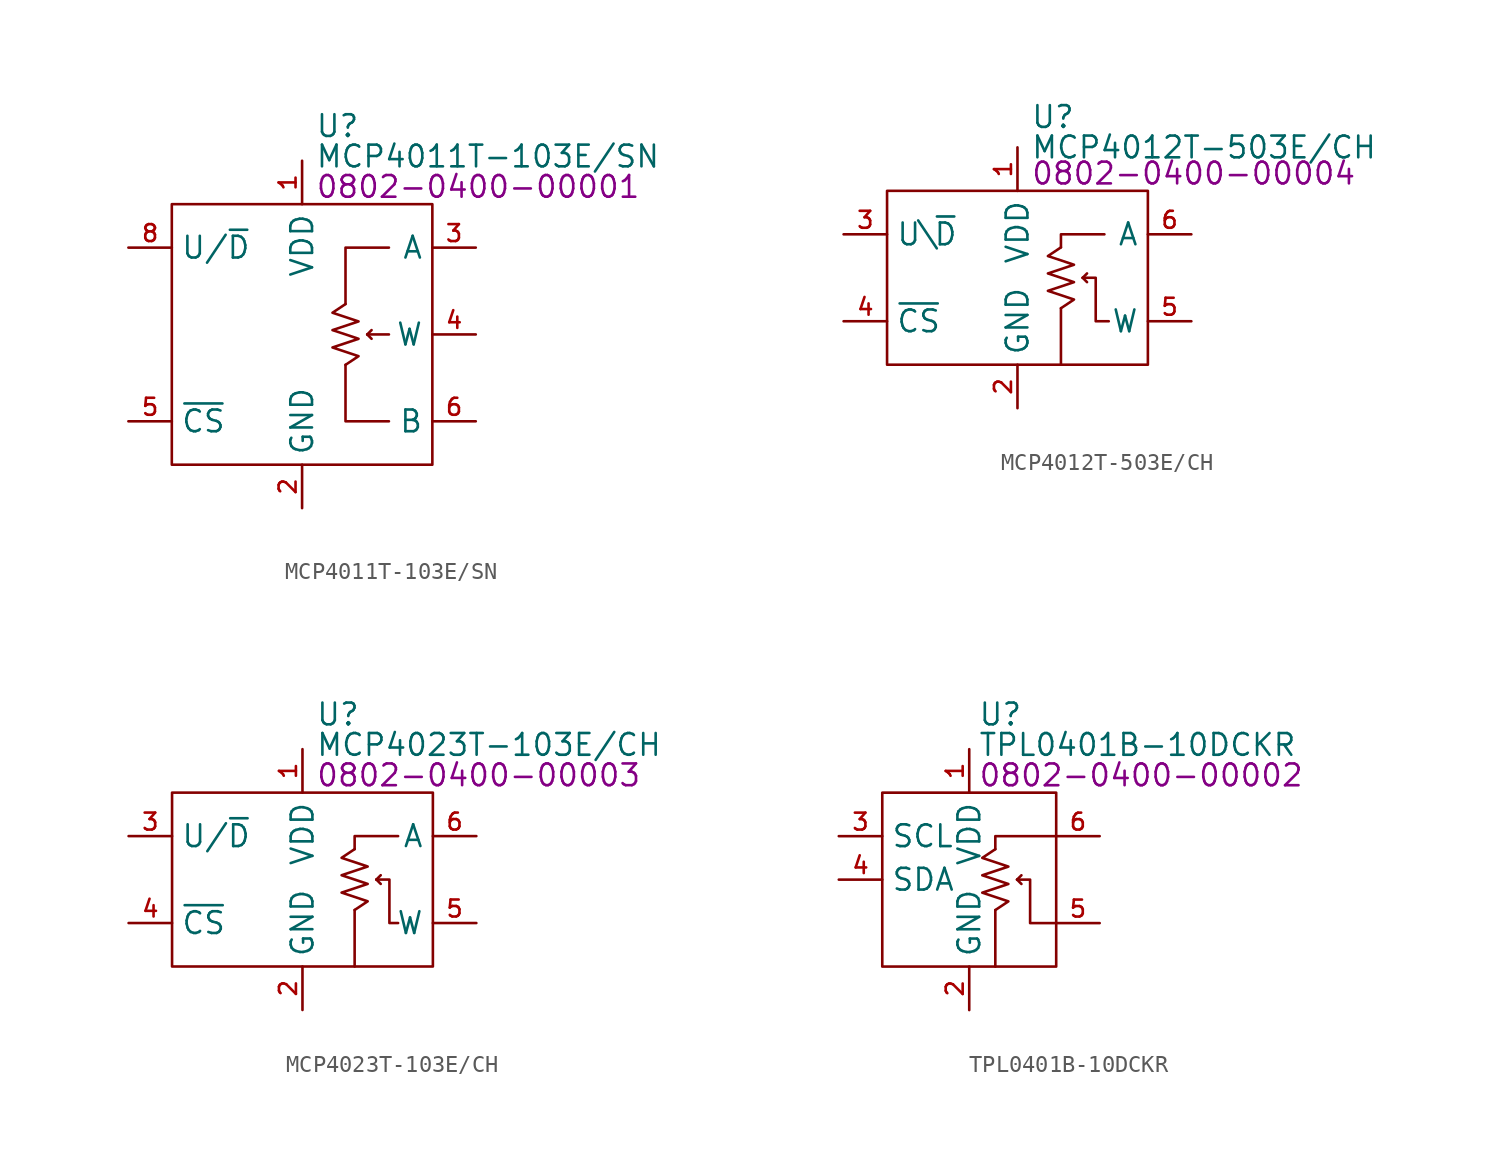
<source format=kicad_sym>
(kicad_symbol_lib
  (version 20231120)
  (generator "kicad_symbol_editor")
  (generator_version "8.0")
  (symbol "MCP4011T-103E/SN"
    (property "Reference" "U"
      (at 8.382 4.572 0)
      (effects (font (size 1.27 1.27)) (justify left)))
    (property "Value" "MCP4011T-103E/SN"
      (at 8.382 2.794 0)
      (effects (font (size 1.27 1.27)) (justify left)))
    (property "PartNumber" "0802-0400-00001"
      (at 8.382 1.016 0)
      (effects (font (size 1.27 1.27)) (justify left)))
    (symbol "MCP4011T-103E/SN_0_0"
      (pin power_in line (at 7.62 2.54 270) (length 2.54) (name "VDD" (effects (font (size 1.27 1.27)))) (number "1" (effects (font (size 0.991 0.991)))))
      (pin power_in line (at 7.62 -17.78 90) (length 2.54) (name "GND" (effects (font (size 1.27 1.27)))) (number "2" (effects (font (size 0.991 0.991)))))
      (pin passive line (at 17.78 -2.54 180) (length 2.54) (name "A" (effects (font (size 1.27 1.27)))) (number "3" (effects (font (size 0.991 0.991)))))
      (pin passive line (at 17.78 -7.62 180) (length 2.54) (name "W" (effects (font (size 1.27 1.27)))) (number "4" (effects (font (size 0.991 0.991)))))
      (pin input line (at -2.54 -12.7 0) (length 2.54) (name "~{CS}" (effects (font (size 1.27 1.27)))) (number "5" (effects (font (size 0.991 0.991)))))
      (pin passive line (at 17.78 -12.7 180) (length 2.54) (name "B" (effects (font (size 1.27 1.27)))) (number "6" (effects (font (size 0.991 0.991)))))
      (pin no_connect line (at -2.54 -7.62 0) (length 2.54) hide (name "NC" (effects (font (size 1.27 1.27)))) (number "7" (effects (font (size 0.991 0.991)))))
      (pin input line (at -2.54 -2.54 0) (length 2.54) (name "U/~{D}" (effects (font (size 1.27 1.27)))) (number "8" (effects (font (size 0.991 0.991))))))
    (symbol "MCP4011T-103E/SN_0_1"
      (polyline (pts (xy 11.43 -7.62) (xy 11.684 -7.874)) (stroke (width 0) (type default)) (fill (type none)))
      (polyline (pts (xy 11.43 -7.62) (xy 11.684 -7.366)) (stroke (width 0) (type default)) (fill (type none)))
      (polyline (pts (xy 11.43 -7.62) (xy 12.7 -7.62)) (stroke (width 0) (type default)) (fill (type none)))
      (polyline (pts (xy 10.16 -9.398) (xy 10.16 -12.7) (xy 12.7 -12.7)) (stroke (width 0) (type default)) (fill (type none)))
      (polyline (pts (xy 10.16 -5.842) (xy 10.16 -2.54) (xy 12.7 -2.54)) (stroke (width 0) (type default)) (fill (type none)))
      (polyline (pts (xy 10.16 -5.842) (xy 9.398 -6.35) (xy 10.922 -6.858) (xy 9.398 -7.366) (xy 10.922 -7.874) (xy 9.398 -8.382) (xy 10.922 -8.89) (xy 10.16 -9.398)) (stroke (width 0) (type default)) (fill (type none)))
      (rectangle (start 0 0) (end 15.24 -15.24) (stroke (width 0) (type default)) (fill (type none)))))
  (symbol "MCP4012T-503E/CH"
    (property "Reference" "U"
      (at 8.382 4.318 0)
      (effects (font (size 1.27 1.27)) (justify left)))
    (property "Value" "MCP4012T-503E/CH"
      (at 8.382 2.54 0)
      (effects (font (size 1.27 1.27)) (justify left)))
    (property "PartNumber" "0802-0400-00004"
      (at 8.382 1.016 0)
      (effects (font (size 1.27 1.27)) (justify left)))
    (symbol "MCP4012T-503E/CH_0_0"
      (pin power_in line (at 7.62 2.54 270) (length 2.54) (name "VDD" (effects (font (size 1.27 1.27)))) (number "1" (effects (font (size 0.991 0.991)))))
      (pin power_in line (at 7.62 -12.7 90) (length 2.54) (name "GND" (effects (font (size 1.27 1.27)))) (number "2" (effects (font (size 0.991 0.991)))))
      (pin input line (at -2.54 -2.54 0) (length 2.54) (name "U\\~{D}" (effects (font (size 1.27 1.27)))) (number "3" (effects (font (size 0.991 0.991)))))
      (pin input line (at -2.54 -7.62 0) (length 2.54) (name "~{CS}" (effects (font (size 1.27 1.27)))) (number "4" (effects (font (size 0.991 0.991)))))
      (pin passive line (at 17.78 -7.62 180) (length 2.54) (name "W" (effects (font (size 1.27 1.27)))) (number "5" (effects (font (size 0.991 0.991)))))
      (pin passive line (at 17.78 -2.54 180) (length 2.54) (name "A" (effects (font (size 1.27 1.27)))) (number "6" (effects (font (size 0.991 0.991))))))
    (symbol "MCP4012T-503E/CH_0_1"
      (polyline (pts (xy 10.16 -6.858) (xy 10.16 -10.16)) (stroke (width 0) (type default)) (fill (type none)))
      (polyline (pts (xy 11.43 -5.08) (xy 11.684 -5.334)) (stroke (width 0) (type default)) (fill (type none)))
      (polyline (pts (xy 11.43 -5.08) (xy 11.684 -4.826)) (stroke (width 0) (type default)) (fill (type none)))
      (polyline (pts (xy 10.16 -3.302) (xy 10.16 -2.54) (xy 12.7 -2.54)) (stroke (width 0) (type default)) (fill (type none)))
      (polyline (pts (xy 12.954 -7.62) (xy 12.192 -7.62) (xy 12.192 -5.08) (xy 11.43 -5.08)) (stroke (width 0) (type default)) (fill (type none)))
      (polyline (pts (xy 10.16 -3.302) (xy 9.398 -3.81) (xy 10.922 -4.318) (xy 9.398 -4.826) (xy 10.922 -5.334) (xy 9.398 -5.842) (xy 10.922 -6.35) (xy 10.16 -6.858)) (stroke (width 0) (type default)) (fill (type none)))
      (rectangle (start 0 0) (end 15.24 -10.16) (stroke (width 0) (type default)) (fill (type none)))))
  (symbol "MCP4023T-103E/CH"
    (property "Reference" "U"
      (at 8.382 4.572 0)
      (effects (font (size 1.27 1.27)) (justify left)))
    (property "Value" "MCP4023T-103E/CH"
      (at 8.382 2.794 0)
      (effects (font (size 1.27 1.27)) (justify left)))
    (property "PartNumber" "0802-0400-00003"
      (at 8.382 1.016 0)
      (effects (font (size 1.27 1.27)) (justify left)))
    (symbol "MCP4023T-103E/CH_0_0"
      (pin power_in line (at 7.62 2.54 270) (length 2.54) (name "VDD" (effects (font (size 1.27 1.27)))) (number "1" (effects (font (size 0.991 0.991)))))
      (pin power_in line (at 7.62 -12.7 90) (length 2.54) (name "GND" (effects (font (size 1.27 1.27)))) (number "2" (effects (font (size 0.991 0.991)))))
      (pin input line (at -2.54 -2.54 0) (length 2.54) (name "U/~{D}" (effects (font (size 1.27 1.27)))) (number "3" (effects (font (size 0.991 0.991)))))
      (pin input line (at -2.54 -7.62 0) (length 2.54) (name "~{CS}" (effects (font (size 1.27 1.27)))) (number "4" (effects (font (size 0.991 0.991)))))
      (pin passive line (at 17.78 -7.62 180) (length 2.54) (name "W" (effects (font (size 1.27 1.27)))) (number "5" (effects (font (size 0.991 0.991)))))
      (pin passive line (at 17.78 -2.54 180) (length 2.54) (name "A" (effects (font (size 1.27 1.27)))) (number "6" (effects (font (size 0.991 0.991))))))
    (symbol "MCP4023T-103E/CH_0_1"
      (polyline (pts (xy 10.668 -6.858) (xy 10.668 -10.16)) (stroke (width 0) (type default)) (fill (type none)))
      (polyline (pts (xy 11.938 -5.08) (xy 12.192 -5.334)) (stroke (width 0) (type default)) (fill (type none)))
      (polyline (pts (xy 11.938 -5.08) (xy 12.192 -4.826)) (stroke (width 0) (type default)) (fill (type none)))
      (polyline (pts (xy 10.668 -3.302) (xy 10.668 -2.54) (xy 13.208 -2.54)) (stroke (width 0) (type default)) (fill (type none)))
      (polyline (pts (xy 13.208 -7.62) (xy 12.7 -7.62) (xy 12.7 -5.08) (xy 11.938 -5.08)) (stroke (width 0) (type default)) (fill (type none)))
      (polyline (pts (xy 10.668 -3.302) (xy 9.906 -3.81) (xy 11.43 -4.318) (xy 9.906 -4.826) (xy 11.43 -5.334) (xy 9.906 -5.842) (xy 11.43 -6.35) (xy 10.668 -6.858)) (stroke (width 0) (type default)) (fill (type none)))
      (rectangle (start 0 0) (end 15.24 -10.16) (stroke (width 0) (type default)) (fill (type none)))))
  (symbol "TPL0401B-10DCKR"
    (property "Reference" "U"
      (at 5.588 4.572 0)
      (effects (font (size 1.27 1.27)) (justify left)))
    (property "Value" "TPL0401B-10DCKR"
      (at 5.588 2.794 0)
      (effects (font (size 1.27 1.27)) (justify left)))
    (property "PartNumber" "0802-0400-00002"
      (at 5.588 1.016 0)
      (effects (font (size 1.27 1.27)) (justify left)))
    (symbol "TPL0401B-10DCKR_0_0"
      (pin power_in line (at 5.08 2.54 270) (length 2.54) (name "VDD" (effects (font (size 1.27 1.27)))) (number "1" (effects (font (size 0.991 0.991)))))
      (pin power_in line (at 5.08 -12.7 90) (length 2.54) (name "GND" (effects (font (size 1.27 1.27)))) (number "2" (effects (font (size 0.991 0.991)))))
      (pin input line (at -2.54 -2.54 0) (length 2.54) (name "SCL" (effects (font (size 1.27 1.27)))) (number "3" (effects (font (size 0.991 0.991)))))
      (pin bidirectional line (at -2.54 -5.08 0) (length 2.54) (name "SDA" (effects (font (size 1.27 1.27)))) (number "4" (effects (font (size 0.991 0.991))))))
    (symbol "TPL0401B-10DCKR_0_1"
      (polyline (pts (xy 6.604 -6.858) (xy 6.604 -10.16)) (stroke (width 0) (type default)) (fill (type none)))
      (polyline (pts (xy 7.874 -5.08) (xy 8.128 -5.334)) (stroke (width 0) (type default)) (fill (type none)))
      (polyline (pts (xy 7.874 -5.08) (xy 8.128 -4.826)) (stroke (width 0) (type default)) (fill (type none)))
      (polyline (pts (xy 6.604 -3.302) (xy 6.604 -2.54) (xy 10.16 -2.54)) (stroke (width 0) (type default)) (fill (type none)))
      (polyline (pts (xy 10.16 -7.62) (xy 8.636 -7.62) (xy 8.636 -5.08) (xy 7.874 -5.08)) (stroke (width 0) (type default)) (fill (type none)))
      (polyline (pts (xy 6.604 -3.302) (xy 5.842 -3.81) (xy 7.366 -4.318) (xy 5.842 -4.826) (xy 7.366 -5.334) (xy 5.842 -5.842) (xy 7.366 -6.35) (xy 6.604 -6.858)) (stroke (width 0) (type default)) (fill (type none)))
      (rectangle (start 0 0) (end 10.16 -10.16) (stroke (width 0) (type default)) (fill (type none))))
    (symbol "TPL0401B-10DCKR_1_0"
      (pin passive line (at 12.7 -7.62 180) (length 2.54) (name "W" (effects (font (size 0 0)))) (number "5" (effects (font (size 0.991 0.991)))))
      (pin passive line (at 12.7 -2.54 180) (length 2.54) (name "H" (effects (font (size 0 0)))) (number "6" (effects (font (size 0.991 0.991))))))))
</source>
